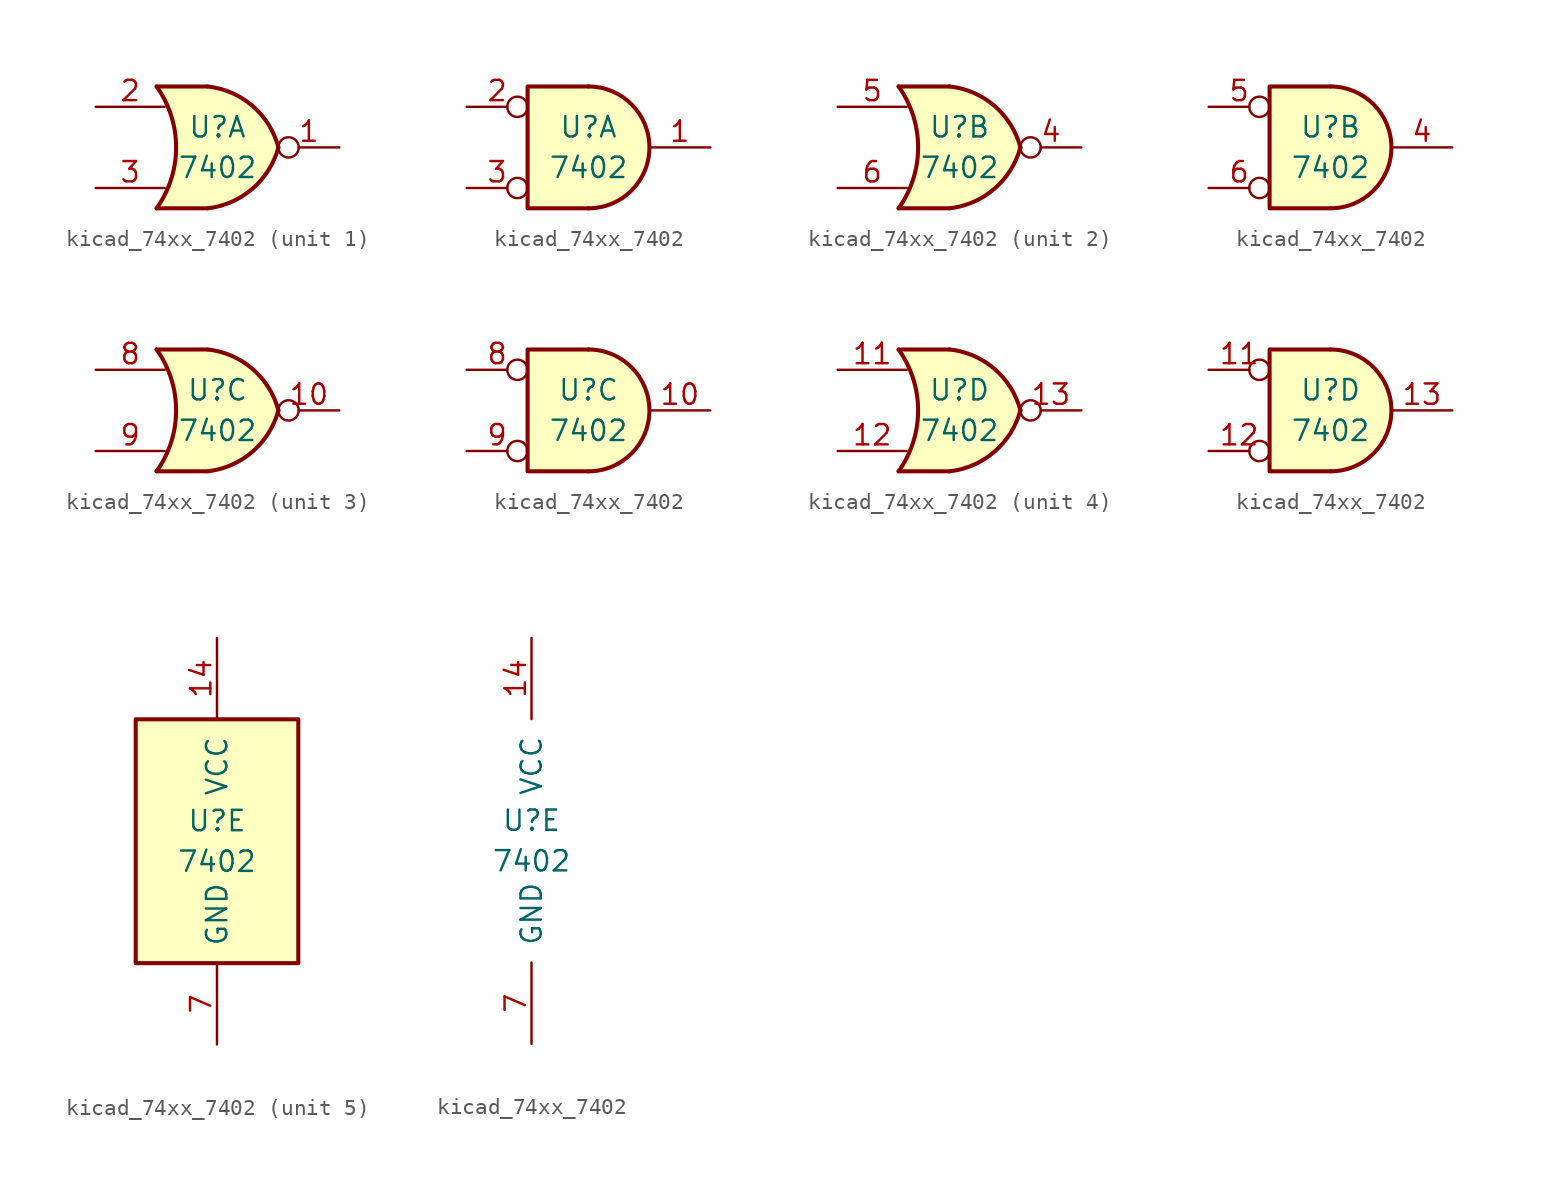
<source format=kicad_sym>
(kicad_symbol_lib
  (version 20220914)
  (generator kicad_symbol_editor)
  (symbol "kicad_74xx_7402"
    (pin_names
      (offset 1.016))
    (property "Reference" "U"
      (at 0 1.27 0)
      (effects (font (size 1.27 1.27))))
    (property "Value" "7402"
      (at 0 -1.27 0)
      (effects (font (size 1.27 1.27))))
    (property "ki_locked" ""
      (at 0 0 0)
      (effects (font (size 1.27 1.27))))
    (symbol "kicad_74xx_7402_1_1"
      (arc (start -3.81 -3.81) (mid -2.589 0) (end -3.81 3.81) (stroke (width 0.254) (type default)) (fill (type none)))
      (arc (start -0.6096 -3.81) (mid 2.1842 -2.5851) (end 3.81 0) (stroke (width 0.254) (type default)) (fill (type background)))
      (polyline (pts (xy -3.81 -3.81) (xy -0.635 -3.81)) (stroke (width 0.254) (type default)) (fill (type background)))
      (polyline (pts (xy -3.81 3.81) (xy -0.635 3.81)) (stroke (width 0.254) (type default)) (fill (type background)))
      (polyline (pts (xy -0.635 3.81) (xy -3.81 3.81) (xy -3.81 3.81) (xy -3.556 3.404) (xy -3.023 2.261) (xy -2.692 1.041) (xy -2.616 -0.254) (xy -2.769 -1.499) (xy -3.175 -2.718) (xy -3.81 -3.81) (xy -3.81 -3.81) (xy -0.635 -3.81)) (stroke (width -25.4) (type default)) (fill (type background)))
      (arc (start 3.81 0) (mid 2.1915 2.5936) (end -0.6096 3.81) (stroke (width 0.254) (type default)) (fill (type background)))
      (pin output inverted (at 7.62 0 180) (length 3.81) (name "~" (effects (font (size 1.27 1.27)))) (number "1" (effects (font (size 1.27 1.27)))))
      (pin input line (at -7.62 2.54 0) (length 4.318) (name "~" (effects (font (size 1.27 1.27)))) (number "2" (effects (font (size 1.27 1.27)))))
      (pin input line (at -7.62 -2.54 0) (length 4.318) (name "~" (effects (font (size 1.27 1.27)))) (number "3" (effects (font (size 1.27 1.27))))))
    (symbol "kicad_74xx_7402_1_2"
      (arc (start 0 -3.81) (mid 3.7934 0) (end 0 3.81) (stroke (width 0.254) (type default)) (fill (type background)))
      (polyline (pts (xy 0 3.81) (xy -3.81 3.81) (xy -3.81 -3.81) (xy 0 -3.81)) (stroke (width 0.254) (type default)) (fill (type background)))
      (pin output line (at 7.62 0 180) (length 3.81) (name "~" (effects (font (size 1.27 1.27)))) (number "1" (effects (font (size 1.27 1.27)))))
      (pin input inverted (at -7.62 2.54 0) (length 3.81) (name "~" (effects (font (size 1.27 1.27)))) (number "2" (effects (font (size 1.27 1.27)))))
      (pin input inverted (at -7.62 -2.54 0) (length 3.81) (name "~" (effects (font (size 1.27 1.27)))) (number "3" (effects (font (size 1.27 1.27))))))
    (symbol "kicad_74xx_7402_2_1"
      (arc (start -3.81 -3.81) (mid -2.589 0) (end -3.81 3.81) (stroke (width 0.254) (type default)) (fill (type none)))
      (arc (start -0.6096 -3.81) (mid 2.1842 -2.5851) (end 3.81 0) (stroke (width 0.254) (type default)) (fill (type background)))
      (polyline (pts (xy -3.81 -3.81) (xy -0.635 -3.81)) (stroke (width 0.254) (type default)) (fill (type background)))
      (polyline (pts (xy -3.81 3.81) (xy -0.635 3.81)) (stroke (width 0.254) (type default)) (fill (type background)))
      (polyline (pts (xy -0.635 3.81) (xy -3.81 3.81) (xy -3.81 3.81) (xy -3.556 3.404) (xy -3.023 2.261) (xy -2.692 1.041) (xy -2.616 -0.254) (xy -2.769 -1.499) (xy -3.175 -2.718) (xy -3.81 -3.81) (xy -3.81 -3.81) (xy -0.635 -3.81)) (stroke (width -25.4) (type default)) (fill (type background)))
      (arc (start 3.81 0) (mid 2.1915 2.5936) (end -0.6096 3.81) (stroke (width 0.254) (type default)) (fill (type background)))
      (pin output inverted (at 7.62 0 180) (length 3.81) (name "~" (effects (font (size 1.27 1.27)))) (number "4" (effects (font (size 1.27 1.27)))))
      (pin input line (at -7.62 2.54 0) (length 4.318) (name "~" (effects (font (size 1.27 1.27)))) (number "5" (effects (font (size 1.27 1.27)))))
      (pin input line (at -7.62 -2.54 0) (length 4.318) (name "~" (effects (font (size 1.27 1.27)))) (number "6" (effects (font (size 1.27 1.27))))))
    (symbol "kicad_74xx_7402_2_2"
      (arc (start 0 -3.81) (mid 3.7934 0) (end 0 3.81) (stroke (width 0.254) (type default)) (fill (type background)))
      (polyline (pts (xy 0 3.81) (xy -3.81 3.81) (xy -3.81 -3.81) (xy 0 -3.81)) (stroke (width 0.254) (type default)) (fill (type background)))
      (pin output line (at 7.62 0 180) (length 3.81) (name "~" (effects (font (size 1.27 1.27)))) (number "4" (effects (font (size 1.27 1.27)))))
      (pin input inverted (at -7.62 2.54 0) (length 3.81) (name "~" (effects (font (size 1.27 1.27)))) (number "5" (effects (font (size 1.27 1.27)))))
      (pin input inverted (at -7.62 -2.54 0) (length 3.81) (name "~" (effects (font (size 1.27 1.27)))) (number "6" (effects (font (size 1.27 1.27))))))
    (symbol "kicad_74xx_7402_3_1"
      (arc (start -3.81 -3.81) (mid -2.589 0) (end -3.81 3.81) (stroke (width 0.254) (type default)) (fill (type none)))
      (arc (start -0.6096 -3.81) (mid 2.1842 -2.5851) (end 3.81 0) (stroke (width 0.254) (type default)) (fill (type background)))
      (polyline (pts (xy -3.81 -3.81) (xy -0.635 -3.81)) (stroke (width 0.254) (type default)) (fill (type background)))
      (polyline (pts (xy -3.81 3.81) (xy -0.635 3.81)) (stroke (width 0.254) (type default)) (fill (type background)))
      (polyline (pts (xy -0.635 3.81) (xy -3.81 3.81) (xy -3.81 3.81) (xy -3.556 3.404) (xy -3.023 2.261) (xy -2.692 1.041) (xy -2.616 -0.254) (xy -2.769 -1.499) (xy -3.175 -2.718) (xy -3.81 -3.81) (xy -3.81 -3.81) (xy -0.635 -3.81)) (stroke (width -25.4) (type default)) (fill (type background)))
      (arc (start 3.81 0) (mid 2.1915 2.5936) (end -0.6096 3.81) (stroke (width 0.254) (type default)) (fill (type background)))
      (pin output inverted (at 7.62 0 180) (length 3.81) (name "~" (effects (font (size 1.27 1.27)))) (number "10" (effects (font (size 1.27 1.27)))))
      (pin input line (at -7.62 2.54 0) (length 4.318) (name "~" (effects (font (size 1.27 1.27)))) (number "8" (effects (font (size 1.27 1.27)))))
      (pin input line (at -7.62 -2.54 0) (length 4.318) (name "~" (effects (font (size 1.27 1.27)))) (number "9" (effects (font (size 1.27 1.27))))))
    (symbol "kicad_74xx_7402_3_2"
      (arc (start 0 -3.81) (mid 3.7934 0) (end 0 3.81) (stroke (width 0.254) (type default)) (fill (type background)))
      (polyline (pts (xy 0 3.81) (xy -3.81 3.81) (xy -3.81 -3.81) (xy 0 -3.81)) (stroke (width 0.254) (type default)) (fill (type background)))
      (pin output line (at 7.62 0 180) (length 3.81) (name "~" (effects (font (size 1.27 1.27)))) (number "10" (effects (font (size 1.27 1.27)))))
      (pin input inverted (at -7.62 2.54 0) (length 3.81) (name "~" (effects (font (size 1.27 1.27)))) (number "8" (effects (font (size 1.27 1.27)))))
      (pin input inverted (at -7.62 -2.54 0) (length 3.81) (name "~" (effects (font (size 1.27 1.27)))) (number "9" (effects (font (size 1.27 1.27))))))
    (symbol "kicad_74xx_7402_4_1"
      (arc (start -3.81 -3.81) (mid -2.589 0) (end -3.81 3.81) (stroke (width 0.254) (type default)) (fill (type none)))
      (arc (start -0.6096 -3.81) (mid 2.1842 -2.5851) (end 3.81 0) (stroke (width 0.254) (type default)) (fill (type background)))
      (polyline (pts (xy -3.81 -3.81) (xy -0.635 -3.81)) (stroke (width 0.254) (type default)) (fill (type background)))
      (polyline (pts (xy -3.81 3.81) (xy -0.635 3.81)) (stroke (width 0.254) (type default)) (fill (type background)))
      (polyline (pts (xy -0.635 3.81) (xy -3.81 3.81) (xy -3.81 3.81) (xy -3.556 3.404) (xy -3.023 2.261) (xy -2.692 1.041) (xy -2.616 -0.254) (xy -2.769 -1.499) (xy -3.175 -2.718) (xy -3.81 -3.81) (xy -3.81 -3.81) (xy -0.635 -3.81)) (stroke (width -25.4) (type default)) (fill (type background)))
      (arc (start 3.81 0) (mid 2.1915 2.5936) (end -0.6096 3.81) (stroke (width 0.254) (type default)) (fill (type background)))
      (pin input line (at -7.62 2.54 0) (length 4.318) (name "~" (effects (font (size 1.27 1.27)))) (number "11" (effects (font (size 1.27 1.27)))))
      (pin input line (at -7.62 -2.54 0) (length 4.318) (name "~" (effects (font (size 1.27 1.27)))) (number "12" (effects (font (size 1.27 1.27)))))
      (pin output inverted (at 7.62 0 180) (length 3.81) (name "~" (effects (font (size 1.27 1.27)))) (number "13" (effects (font (size 1.27 1.27))))))
    (symbol "kicad_74xx_7402_4_2"
      (arc (start 0 -3.81) (mid 3.7934 0) (end 0 3.81) (stroke (width 0.254) (type default)) (fill (type background)))
      (polyline (pts (xy 0 3.81) (xy -3.81 3.81) (xy -3.81 -3.81) (xy 0 -3.81)) (stroke (width 0.254) (type default)) (fill (type background)))
      (pin input inverted (at -7.62 2.54 0) (length 3.81) (name "~" (effects (font (size 1.27 1.27)))) (number "11" (effects (font (size 1.27 1.27)))))
      (pin input inverted (at -7.62 -2.54 0) (length 3.81) (name "~" (effects (font (size 1.27 1.27)))) (number "12" (effects (font (size 1.27 1.27)))))
      (pin output line (at 7.62 0 180) (length 3.81) (name "~" (effects (font (size 1.27 1.27)))) (number "13" (effects (font (size 1.27 1.27))))))
    (symbol "kicad_74xx_7402_5_0"
      (pin power_in line (at 0 12.7 270) (length 5.08) (name "VCC" (effects (font (size 1.27 1.27)))) (number "14" (effects (font (size 1.27 1.27)))))
      (pin power_in line (at 0 -12.7 90) (length 5.08) (name "GND" (effects (font (size 1.27 1.27)))) (number "7" (effects (font (size 1.27 1.27))))))
    (symbol "kicad_74xx_7402_5_1"
      (rectangle (start -5.08 7.62) (end 5.08 -7.62) (stroke (width 0.254) (type default)) (fill (type background))))))
</source>
